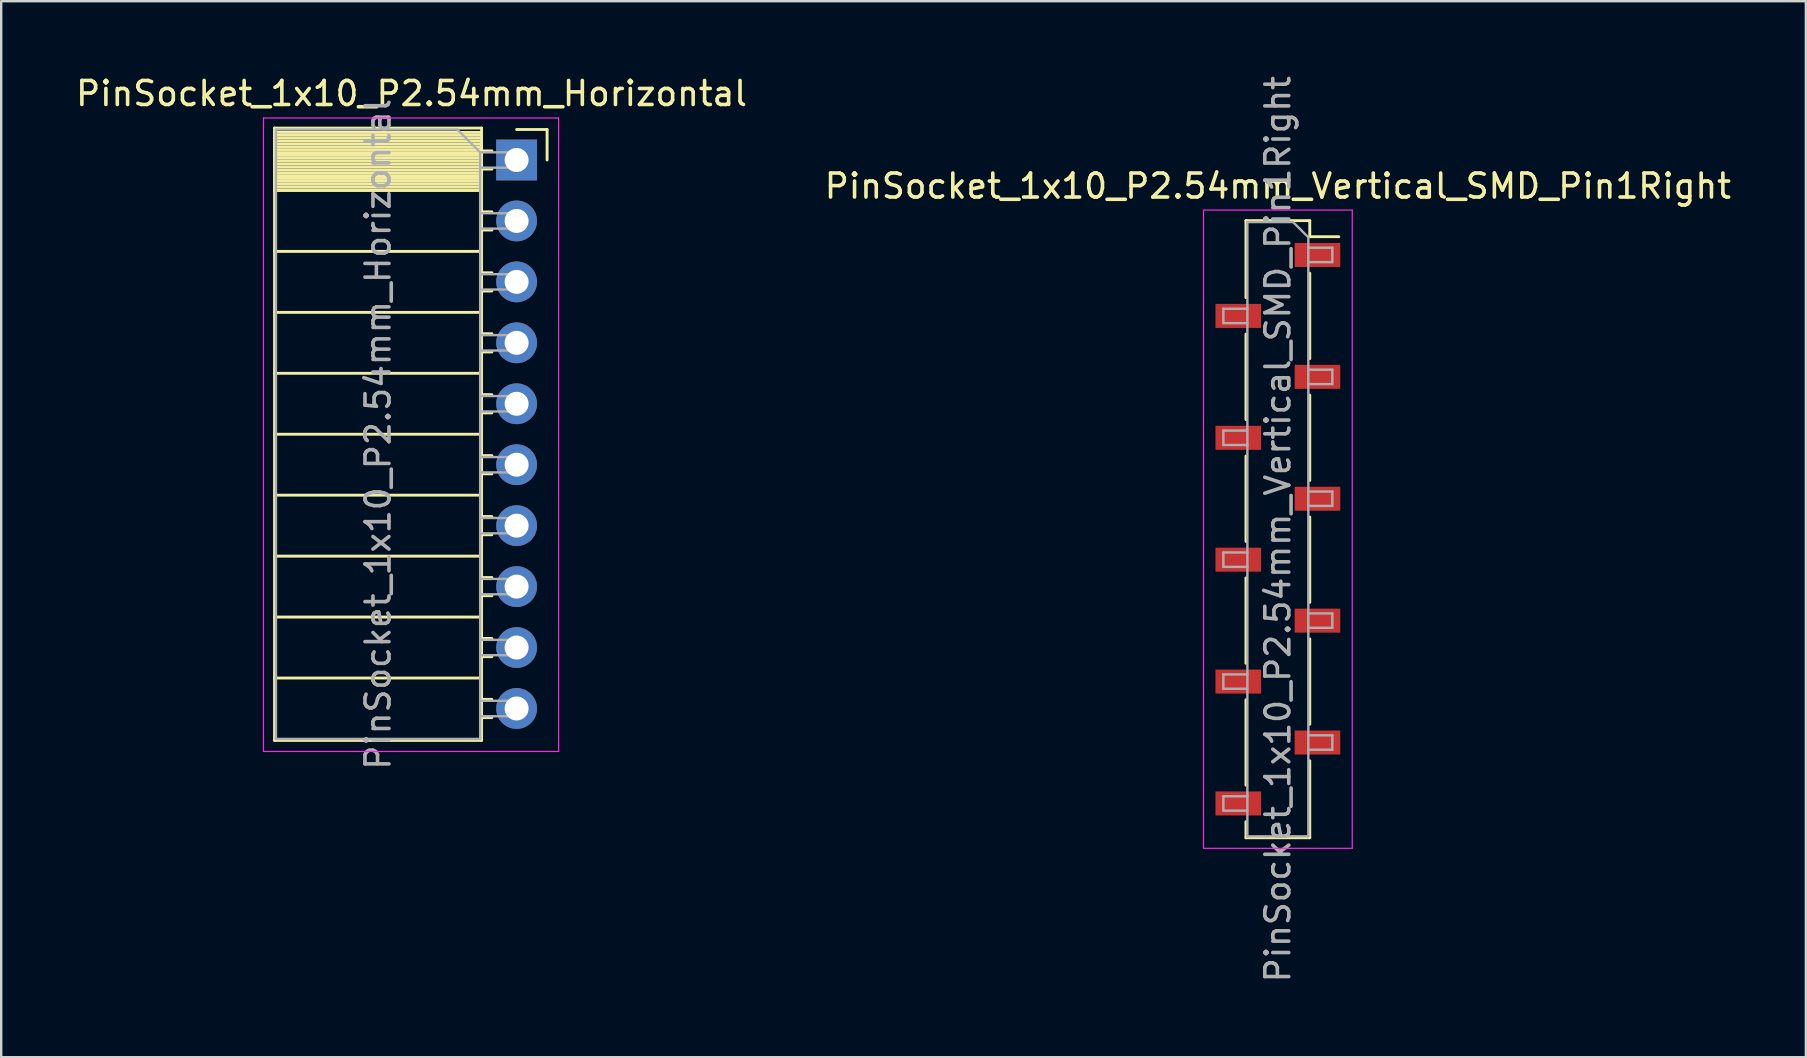
<source format=kicad_pcb>
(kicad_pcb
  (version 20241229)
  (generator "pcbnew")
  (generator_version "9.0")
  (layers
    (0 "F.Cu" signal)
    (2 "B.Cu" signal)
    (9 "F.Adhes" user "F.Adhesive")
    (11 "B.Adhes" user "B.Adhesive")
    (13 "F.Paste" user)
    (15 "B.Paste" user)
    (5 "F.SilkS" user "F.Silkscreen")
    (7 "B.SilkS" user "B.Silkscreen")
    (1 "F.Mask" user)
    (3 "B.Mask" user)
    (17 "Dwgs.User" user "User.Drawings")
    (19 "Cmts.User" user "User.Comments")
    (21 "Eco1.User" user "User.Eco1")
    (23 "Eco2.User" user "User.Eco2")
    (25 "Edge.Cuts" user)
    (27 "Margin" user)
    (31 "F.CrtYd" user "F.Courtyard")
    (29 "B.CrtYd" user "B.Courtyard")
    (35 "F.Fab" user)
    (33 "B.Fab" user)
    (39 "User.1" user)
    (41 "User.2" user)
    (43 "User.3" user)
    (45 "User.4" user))
  (footprint "PinSocket_1x10_P2.54mm_Horizontal"
    (layer "F.Cu")
    (at 18.481 3.618)
    (property "Reference" "PinSocket_1x10_P2.54mm_Horizontal" (at -4.38 -2.77 0) (layer "F.SilkS") (effects (font (size 1 1) (thickness 0.15))))
    (attr through_hole)
    (fp_line (start -10.09 -1.33) (end -1.46 -1.33) (stroke (width 0.12) (type solid)) (layer "F.SilkS"))
    (fp_line (start -10.09 -1.15) (end -1.46 -1.15) (stroke (width 0.12) (type solid)) (layer "F.SilkS"))
    (fp_line (start -10.09 -1.03) (end -1.46 -1.03) (stroke (width 0.12) (type solid)) (layer "F.SilkS"))
    (fp_line (start -10.09 -0.91) (end -1.46 -0.91) (stroke (width 0.12) (type solid)) (layer "F.SilkS"))
    (fp_line (start -10.09 -0.79) (end -1.46 -0.79) (stroke (width 0.12) (type solid)) (layer "F.SilkS"))
    (fp_line (start -10.09 -0.67) (end -1.46 -0.67) (stroke (width 0.12) (type solid)) (layer "F.SilkS"))
    (fp_line (start -10.09 -0.55) (end -1.46 -0.55) (stroke (width 0.12) (type solid)) (layer "F.SilkS"))
    (fp_line (start -10.09 -0.43) (end -1.46 -0.43) (stroke (width 0.12) (type solid)) (layer "F.SilkS"))
    (fp_line (start -10.09 -0.31) (end -1.46 -0.31) (stroke (width 0.12) (type solid)) (layer "F.SilkS"))
    (fp_line (start -10.09 -0.19) (end -1.46 -0.19) (stroke (width 0.12) (type solid)) (layer "F.SilkS"))
    (fp_line (start -10.09 -0.07) (end -1.46 -0.07) (stroke (width 0.12) (type solid)) (layer "F.SilkS"))
    (fp_line (start -10.09 0.05) (end -1.46 0.05) (stroke (width 0.12) (type solid)) (layer "F.SilkS"))
    (fp_line (start -10.09 0.17) (end -1.46 0.17) (stroke (width 0.12) (type solid)) (layer "F.SilkS"))
    (fp_line (start -10.09 0.29) (end -1.46 0.29) (stroke (width 0.12) (type solid)) (layer "F.SilkS"))
    (fp_line (start -10.09 0.41) (end -1.46 0.41) (stroke (width 0.12) (type solid)) (layer "F.SilkS"))
    (fp_line (start -10.09 0.53) (end -1.46 0.53) (stroke (width 0.12) (type solid)) (layer "F.SilkS"))
    (fp_line (start -10.09 0.65) (end -1.46 0.65) (stroke (width 0.12) (type solid)) (layer "F.SilkS"))
    (fp_line (start -10.09 0.77) (end -1.46 0.77) (stroke (width 0.12) (type solid)) (layer "F.SilkS"))
    (fp_line (start -10.09 0.89) (end -1.46 0.89) (stroke (width 0.12) (type solid)) (layer "F.SilkS"))
    (fp_line (start -10.09 1.01) (end -1.46 1.01) (stroke (width 0.12) (type solid)) (layer "F.SilkS"))
    (fp_line (start -10.09 1.13) (end -1.46 1.13) (stroke (width 0.12) (type solid)) (layer "F.SilkS"))
    (fp_line (start -10.09 1.25) (end -1.46 1.25) (stroke (width 0.12) (type solid)) (layer "F.SilkS"))
    (fp_line (start -10.09 1.27) (end -1.46 1.27) (stroke (width 0.12) (type solid)) (layer "F.SilkS"))
    (fp_line (start -10.09 3.81) (end -1.46 3.81) (stroke (width 0.12) (type solid)) (layer "F.SilkS"))
    (fp_line (start -10.09 6.35) (end -1.46 6.35) (stroke (width 0.12) (type solid)) (layer "F.SilkS"))
    (fp_line (start -10.09 8.89) (end -1.46 8.89) (stroke (width 0.12) (type solid)) (layer "F.SilkS"))
    (fp_line (start -10.09 11.43) (end -1.46 11.43) (stroke (width 0.12) (type solid)) (layer "F.SilkS"))
    (fp_line (start -10.09 13.97) (end -1.46 13.97) (stroke (width 0.12) (type solid)) (layer "F.SilkS"))
    (fp_line (start -10.09 16.51) (end -1.46 16.51) (stroke (width 0.12) (type solid)) (layer "F.SilkS"))
    (fp_line (start -10.09 19.05) (end -1.46 19.05) (stroke (width 0.12) (type solid)) (layer "F.SilkS"))
    (fp_line (start -10.09 21.59) (end -1.46 21.59) (stroke (width 0.12) (type solid)) (layer "F.SilkS"))
    (fp_line (start -10.09 24.19) (end -10.09 -1.33) (stroke (width 0.12) (type solid)) (layer "F.SilkS"))
    (fp_line (start -1.46 -1.33) (end -1.46 24.19) (stroke (width 0.12) (type solid)) (layer "F.SilkS"))
    (fp_line (start -1.46 -0.38) (end -1.03 -0.38) (stroke (width 0.12) (type solid)) (layer "F.SilkS"))
    (fp_line (start -1.46 2.16) (end -1.03 2.16) (stroke (width 0.12) (type solid)) (layer "F.SilkS"))
    (fp_line (start -1.46 4.7) (end -1.03 4.7) (stroke (width 0.12) (type solid)) (layer "F.SilkS"))
    (fp_line (start -1.46 7.24) (end -1.03 7.24) (stroke (width 0.12) (type solid)) (layer "F.SilkS"))
    (fp_line (start -1.46 9.78) (end -1.03 9.78) (stroke (width 0.12) (type solid)) (layer "F.SilkS"))
    (fp_line (start -1.46 12.32) (end -1.03 12.32) (stroke (width 0.12) (type solid)) (layer "F.SilkS"))
    (fp_line (start -1.46 14.86) (end -1.03 14.86) (stroke (width 0.12) (type solid)) (layer "F.SilkS"))
    (fp_line (start -1.46 17.4) (end -1.03 17.4) (stroke (width 0.12) (type solid)) (layer "F.SilkS"))
    (fp_line (start -1.46 19.94) (end -1.03 19.94) (stroke (width 0.12) (type solid)) (layer "F.SilkS"))
    (fp_line (start -1.46 22.48) (end -1.03 22.48) (stroke (width 0.12) (type solid)) (layer "F.SilkS"))
    (fp_line (start -1.46 24.19) (end -10.09 24.19) (stroke (width 0.12) (type solid)) (layer "F.SilkS"))
    (fp_line (start -1.03 0.38) (end -1.46 0.38) (stroke (width 0.12) (type solid)) (layer "F.SilkS"))
    (fp_line (start -1.03 2.92) (end -1.46 2.92) (stroke (width 0.12) (type solid)) (layer "F.SilkS"))
    (fp_line (start -1.03 5.46) (end -1.46 5.46) (stroke (width 0.12) (type solid)) (layer "F.SilkS"))
    (fp_line (start -1.03 8) (end -1.46 8) (stroke (width 0.12) (type solid)) (layer "F.SilkS"))
    (fp_line (start -1.03 10.54) (end -1.46 10.54) (stroke (width 0.12) (type solid)) (layer "F.SilkS"))
    (fp_line (start -1.03 13.08) (end -1.46 13.08) (stroke (width 0.12) (type solid)) (layer "F.SilkS"))
    (fp_line (start -1.03 15.62) (end -1.46 15.62) (stroke (width 0.12) (type solid)) (layer "F.SilkS"))
    (fp_line (start -1.03 18.16) (end -1.46 18.16) (stroke (width 0.12) (type solid)) (layer "F.SilkS"))
    (fp_line (start -1.03 20.7) (end -1.46 20.7) (stroke (width 0.12) (type solid)) (layer "F.SilkS"))
    (fp_line (start -1.03 23.24) (end -1.46 23.24) (stroke (width 0.12) (type solid)) (layer "F.SilkS"))
    (fp_line (start 0 -1.27) (end 1.27 -1.27) (stroke (width 0.12) (type solid)) (layer "F.SilkS"))
    (fp_line (start 1.27 -1.27) (end 1.27 0) (stroke (width 0.12) (type solid)) (layer "F.SilkS"))
    (fp_line (start -10.55 -1.75) (end -10.55 24.65) (stroke (width 0.05) (type solid)) (layer "F.CrtYd"))
    (fp_line (start -10.55 24.65) (end 1.75 24.65) (stroke (width 0.05) (type solid)) (layer "F.CrtYd"))
    (fp_line (start 1.75 -1.75) (end -10.55 -1.75) (stroke (width 0.05) (type solid)) (layer "F.CrtYd"))
    (fp_line (start 1.75 24.65) (end 1.75 -1.75) (stroke (width 0.05) (type solid)) (layer "F.CrtYd"))
    (fp_line (start -10.03 -1.27) (end -2.47 -1.27) (stroke (width 0.1) (type solid)) (layer "F.Fab"))
    (fp_line (start -10.03 24.13) (end -10.03 -1.27) (stroke (width 0.1) (type solid)) (layer "F.Fab"))
    (fp_line (start -2.47 -1.27) (end -1.52 -0.32) (stroke (width 0.1) (type solid)) (layer "F.Fab"))
    (fp_line (start -1.52 -0.32) (end -1.52 24.13) (stroke (width 0.1) (type solid)) (layer "F.Fab"))
    (fp_line (start -1.52 0.32) (end 0 0.32) (stroke (width 0.1) (type solid)) (layer "F.Fab"))
    (fp_line (start -1.52 2.86) (end 0 2.86) (stroke (width 0.1) (type solid)) (layer "F.Fab"))
    (fp_line (start -1.52 5.4) (end 0 5.4) (stroke (width 0.1) (type solid)) (layer "F.Fab"))
    (fp_line (start -1.52 7.94) (end 0 7.94) (stroke (width 0.1) (type solid)) (layer "F.Fab"))
    (fp_line (start -1.52 10.48) (end 0 10.48) (stroke (width 0.1) (type solid)) (layer "F.Fab"))
    (fp_line (start -1.52 13.02) (end 0 13.02) (stroke (width 0.1) (type solid)) (layer "F.Fab"))
    (fp_line (start -1.52 15.56) (end 0 15.56) (stroke (width 0.1) (type solid)) (layer "F.Fab"))
    (fp_line (start -1.52 18.1) (end 0 18.1) (stroke (width 0.1) (type solid)) (layer "F.Fab"))
    (fp_line (start -1.52 20.64) (end 0 20.64) (stroke (width 0.1) (type solid)) (layer "F.Fab"))
    (fp_line (start -1.52 23.18) (end 0 23.18) (stroke (width 0.1) (type solid)) (layer "F.Fab"))
    (fp_line (start -1.52 24.13) (end -10.03 24.13) (stroke (width 0.1) (type solid)) (layer "F.Fab"))
    (fp_line (start 0 -0.32) (end -1.52 -0.32) (stroke (width 0.1) (type solid)) (layer "F.Fab"))
    (fp_line (start 0 0.32) (end 0 -0.32) (stroke (width 0.1) (type solid)) (layer "F.Fab"))
    (fp_line (start 0 2.22) (end -1.52 2.22) (stroke (width 0.1) (type solid)) (layer "F.Fab"))
    (fp_line (start 0 2.86) (end 0 2.22) (stroke (width 0.1) (type solid)) (layer "F.Fab"))
    (fp_line (start 0 4.76) (end -1.52 4.76) (stroke (width 0.1) (type solid)) (layer "F.Fab"))
    (fp_line (start 0 5.4) (end 0 4.76) (stroke (width 0.1) (type solid)) (layer "F.Fab"))
    (fp_line (start 0 7.3) (end -1.52 7.3) (stroke (width 0.1) (type solid)) (layer "F.Fab"))
    (fp_line (start 0 7.94) (end 0 7.3) (stroke (width 0.1) (type solid)) (layer "F.Fab"))
    (fp_line (start 0 9.84) (end -1.52 9.84) (stroke (width 0.1) (type solid)) (layer "F.Fab"))
    (fp_line (start 0 10.48) (end 0 9.84) (stroke (width 0.1) (type solid)) (layer "F.Fab"))
    (fp_line (start 0 12.38) (end -1.52 12.38) (stroke (width 0.1) (type solid)) (layer "F.Fab"))
    (fp_line (start 0 13.02) (end 0 12.38) (stroke (width 0.1) (type solid)) (layer "F.Fab"))
    (fp_line (start 0 14.92) (end -1.52 14.92) (stroke (width 0.1) (type solid)) (layer "F.Fab"))
    (fp_line (start 0 15.56) (end 0 14.92) (stroke (width 0.1) (type solid)) (layer "F.Fab"))
    (fp_line (start 0 17.46) (end -1.52 17.46) (stroke (width 0.1) (type solid)) (layer "F.Fab"))
    (fp_line (start 0 18.1) (end 0 17.46) (stroke (width 0.1) (type solid)) (layer "F.Fab"))
    (fp_line (start 0 20) (end -1.52 20) (stroke (width 0.1) (type solid)) (layer "F.Fab"))
    (fp_line (start 0 20.64) (end 0 20) (stroke (width 0.1) (type solid)) (layer "F.Fab"))
    (fp_line (start 0 22.54) (end -1.52 22.54) (stroke (width 0.1) (type solid)) (layer "F.Fab"))
    (fp_line (start 0 23.18) (end 0 22.54) (stroke (width 0.1) (type solid)) (layer "F.Fab"))
    (fp_text user "${REFERENCE}" (at -5.775 11.43 90) (layer "F.Fab") (effects (font (size 1 1) (thickness 0.15))))
    (pad "1" thru_hole rect (at 0 0) (size 1.7 1.7) (drill 1) (layers "*.Cu" "*.Mask"))
    (pad "2" thru_hole oval (at 0 2.54) (size 1.7 1.7) (drill 1) (layers "*.Cu" "*.Mask"))
    (pad "3" thru_hole oval (at 0 5.08) (size 1.7 1.7) (drill 1) (layers "*.Cu" "*.Mask"))
    (pad "4" thru_hole oval (at 0 7.62) (size 1.7 1.7) (drill 1) (layers "*.Cu" "*.Mask"))
    (pad "5" thru_hole oval (at 0 10.16) (size 1.7 1.7) (drill 1) (layers "*.Cu" "*.Mask"))
    (pad "6" thru_hole oval (at 0 12.7) (size 1.7 1.7) (drill 1) (layers "*.Cu" "*.Mask"))
    (pad "7" thru_hole oval (at 0 15.24) (size 1.7 1.7) (drill 1) (layers "*.Cu" "*.Mask"))
    (pad "8" thru_hole oval (at 0 17.78) (size 1.7 1.7) (drill 1) (layers "*.Cu" "*.Mask"))
    (pad "9" thru_hole oval (at 0 20.32) (size 1.7 1.7) (drill 1) (layers "*.Cu" "*.Mask"))
    (pad "10" thru_hole oval (at 0 22.86) (size 1.7 1.7) (drill 1) (layers "*.Cu" "*.Mask")))
  (footprint "PinSocket_1x10_P2.54mm_Vertical_SMD_Pin1Right"
    (layer "F.Cu")
    (at 50.208 19.006)
    (property "Reference" "PinSocket_1x10_P2.54mm_Vertical_SMD_Pin1Right" (at 0 -14.3 0) (layer "F.SilkS") (effects (font (size 1 1) (thickness 0.15))))
    (attr smd)
    (fp_line (start -1.33 -12.86) (end -1.33 -9.65) (stroke (width 0.12) (type solid)) (layer "F.SilkS"))
    (fp_line (start -1.33 -12.86) (end 1.33 -12.86) (stroke (width 0.12) (type solid)) (layer "F.SilkS"))
    (fp_line (start -1.33 -8.13) (end -1.33 -4.57) (stroke (width 0.12) (type solid)) (layer "F.SilkS"))
    (fp_line (start -1.33 -3.05) (end -1.33 0.51) (stroke (width 0.12) (type solid)) (layer "F.SilkS"))
    (fp_line (start -1.33 2.03) (end -1.33 5.59) (stroke (width 0.12) (type solid)) (layer "F.SilkS"))
    (fp_line (start -1.33 7.11) (end -1.33 10.67) (stroke (width 0.12) (type solid)) (layer "F.SilkS"))
    (fp_line (start -1.33 12.19) (end -1.33 12.86) (stroke (width 0.12) (type solid)) (layer "F.SilkS"))
    (fp_line (start -1.33 12.86) (end 1.33 12.86) (stroke (width 0.12) (type solid)) (layer "F.SilkS"))
    (fp_line (start 1.33 -12.86) (end 1.33 -12.19) (stroke (width 0.12) (type solid)) (layer "F.SilkS"))
    (fp_line (start 1.33 -12.19) (end 2.54 -12.19) (stroke (width 0.12) (type solid)) (layer "F.SilkS"))
    (fp_line (start 1.33 -10.67) (end 1.33 -7.11) (stroke (width 0.12) (type solid)) (layer "F.SilkS"))
    (fp_line (start 1.33 -5.59) (end 1.33 -2.03) (stroke (width 0.12) (type solid)) (layer "F.SilkS"))
    (fp_line (start 1.33 -0.51) (end 1.33 3.05) (stroke (width 0.12) (type solid)) (layer "F.SilkS"))
    (fp_line (start 1.33 4.57) (end 1.33 8.13) (stroke (width 0.12) (type solid)) (layer "F.SilkS"))
    (fp_line (start 1.33 9.65) (end 1.33 12.86) (stroke (width 0.12) (type solid)) (layer "F.SilkS"))
    (fp_line (start -3.1 -13.3) (end 3.1 -13.3) (stroke (width 0.05) (type solid)) (layer "F.CrtYd"))
    (fp_line (start -3.1 13.3) (end -3.1 -13.3) (stroke (width 0.05) (type solid)) (layer "F.CrtYd"))
    (fp_line (start 3.1 -13.3) (end 3.1 13.3) (stroke (width 0.05) (type solid)) (layer "F.CrtYd"))
    (fp_line (start 3.1 13.3) (end -3.1 13.3) (stroke (width 0.05) (type solid)) (layer "F.CrtYd"))
    (fp_line (start -2.27 -9.19) (end -1.27 -9.19) (stroke (width 0.1) (type solid)) (layer "F.Fab"))
    (fp_line (start -2.27 -8.59) (end -2.27 -9.19) (stroke (width 0.1) (type solid)) (layer "F.Fab"))
    (fp_line (start -2.27 -4.11) (end -1.27 -4.11) (stroke (width 0.1) (type solid)) (layer "F.Fab"))
    (fp_line (start -2.27 -3.51) (end -2.27 -4.11) (stroke (width 0.1) (type solid)) (layer "F.Fab"))
    (fp_line (start -2.27 0.97) (end -1.27 0.97) (stroke (width 0.1) (type solid)) (layer "F.Fab"))
    (fp_line (start -2.27 1.57) (end -2.27 0.97) (stroke (width 0.1) (type solid)) (layer "F.Fab"))
    (fp_line (start -2.27 6.05) (end -1.27 6.05) (stroke (width 0.1) (type solid)) (layer "F.Fab"))
    (fp_line (start -2.27 6.65) (end -2.27 6.05) (stroke (width 0.1) (type solid)) (layer "F.Fab"))
    (fp_line (start -2.27 11.13) (end -1.27 11.13) (stroke (width 0.1) (type solid)) (layer "F.Fab"))
    (fp_line (start -2.27 11.73) (end -2.27 11.13) (stroke (width 0.1) (type solid)) (layer "F.Fab"))
    (fp_line (start -1.27 -12.8) (end 0.635 -12.8) (stroke (width 0.1) (type solid)) (layer "F.Fab"))
    (fp_line (start -1.27 -8.59) (end -2.27 -8.59) (stroke (width 0.1) (type solid)) (layer "F.Fab"))
    (fp_line (start -1.27 -3.51) (end -2.27 -3.51) (stroke (width 0.1) (type solid)) (layer "F.Fab"))
    (fp_line (start -1.27 1.57) (end -2.27 1.57) (stroke (width 0.1) (type solid)) (layer "F.Fab"))
    (fp_line (start -1.27 6.65) (end -2.27 6.65) (stroke (width 0.1) (type solid)) (layer "F.Fab"))
    (fp_line (start -1.27 11.73) (end -2.27 11.73) (stroke (width 0.1) (type solid)) (layer "F.Fab"))
    (fp_line (start -1.27 12.8) (end -1.27 -12.8) (stroke (width 0.1) (type solid)) (layer "F.Fab"))
    (fp_line (start 0.635 -12.8) (end 1.27 -12.165) (stroke (width 0.1) (type solid)) (layer "F.Fab"))
    (fp_line (start 1.27 -12.165) (end 1.27 12.8) (stroke (width 0.1) (type solid)) (layer "F.Fab"))
    (fp_line (start 1.27 -11.73) (end 2.27 -11.73) (stroke (width 0.1) (type solid)) (layer "F.Fab"))
    (fp_line (start 1.27 -6.65) (end 2.27 -6.65) (stroke (width 0.1) (type solid)) (layer "F.Fab"))
    (fp_line (start 1.27 -1.57) (end 2.27 -1.57) (stroke (width 0.1) (type solid)) (layer "F.Fab"))
    (fp_line (start 1.27 3.51) (end 2.27 3.51) (stroke (width 0.1) (type solid)) (layer "F.Fab"))
    (fp_line (start 1.27 8.59) (end 2.27 8.59) (stroke (width 0.1) (type solid)) (layer "F.Fab"))
    (fp_line (start 1.27 12.8) (end -1.27 12.8) (stroke (width 0.1) (type solid)) (layer "F.Fab"))
    (fp_line (start 2.27 -11.73) (end 2.27 -11.13) (stroke (width 0.1) (type solid)) (layer "F.Fab"))
    (fp_line (start 2.27 -11.13) (end 1.27 -11.13) (stroke (width 0.1) (type solid)) (layer "F.Fab"))
    (fp_line (start 2.27 -6.65) (end 2.27 -6.05) (stroke (width 0.1) (type solid)) (layer "F.Fab"))
    (fp_line (start 2.27 -6.05) (end 1.27 -6.05) (stroke (width 0.1) (type solid)) (layer "F.Fab"))
    (fp_line (start 2.27 -1.57) (end 2.27 -0.97) (stroke (width 0.1) (type solid)) (layer "F.Fab"))
    (fp_line (start 2.27 -0.97) (end 1.27 -0.97) (stroke (width 0.1) (type solid)) (layer "F.Fab"))
    (fp_line (start 2.27 3.51) (end 2.27 4.11) (stroke (width 0.1) (type solid)) (layer "F.Fab"))
    (fp_line (start 2.27 4.11) (end 1.27 4.11) (stroke (width 0.1) (type solid)) (layer "F.Fab"))
    (fp_line (start 2.27 8.59) (end 2.27 9.19) (stroke (width 0.1) (type solid)) (layer "F.Fab"))
    (fp_line (start 2.27 9.19) (end 1.27 9.19) (stroke (width 0.1) (type solid)) (layer "F.Fab"))
    (fp_text user "${REFERENCE}" (at 0 0 90) (layer "F.Fab") (effects (font (size 1 1) (thickness 0.15))))
    (pad "1" smd rect (at 1.65 -11.43) (size 1.9 1) (layers "F.Cu" "F.Mask" "F.Paste"))
    (pad "2" smd rect (at -1.65 -8.89) (size 1.9 1) (layers "F.Cu" "F.Mask" "F.Paste"))
    (pad "3" smd rect (at 1.65 -6.35) (size 1.9 1) (layers "F.Cu" "F.Mask" "F.Paste"))
    (pad "4" smd rect (at -1.65 -3.81) (size 1.9 1) (layers "F.Cu" "F.Mask" "F.Paste"))
    (pad "5" smd rect (at 1.65 -1.27) (size 1.9 1) (layers "F.Cu" "F.Mask" "F.Paste"))
    (pad "6" smd rect (at -1.65 1.27) (size 1.9 1) (layers "F.Cu" "F.Mask" "F.Paste"))
    (pad "7" smd rect (at 1.65 3.81) (size 1.9 1) (layers "F.Cu" "F.Mask" "F.Paste"))
    (pad "8" smd rect (at -1.65 6.35) (size 1.9 1) (layers "F.Cu" "F.Mask" "F.Paste"))
    (pad "9" smd rect (at 1.65 8.89) (size 1.9 1) (layers "F.Cu" "F.Mask" "F.Paste"))
    (pad "10" smd rect (at -1.65 11.43) (size 1.9 1) (layers "F.Cu" "F.Mask" "F.Paste")))
  (gr_rect
    (start -3 -3)
    (end 72.214 41.012)
    (stroke (width 0.1) (type default))
    (fill no)
    (layer "Edge.Cuts")))
</source>
